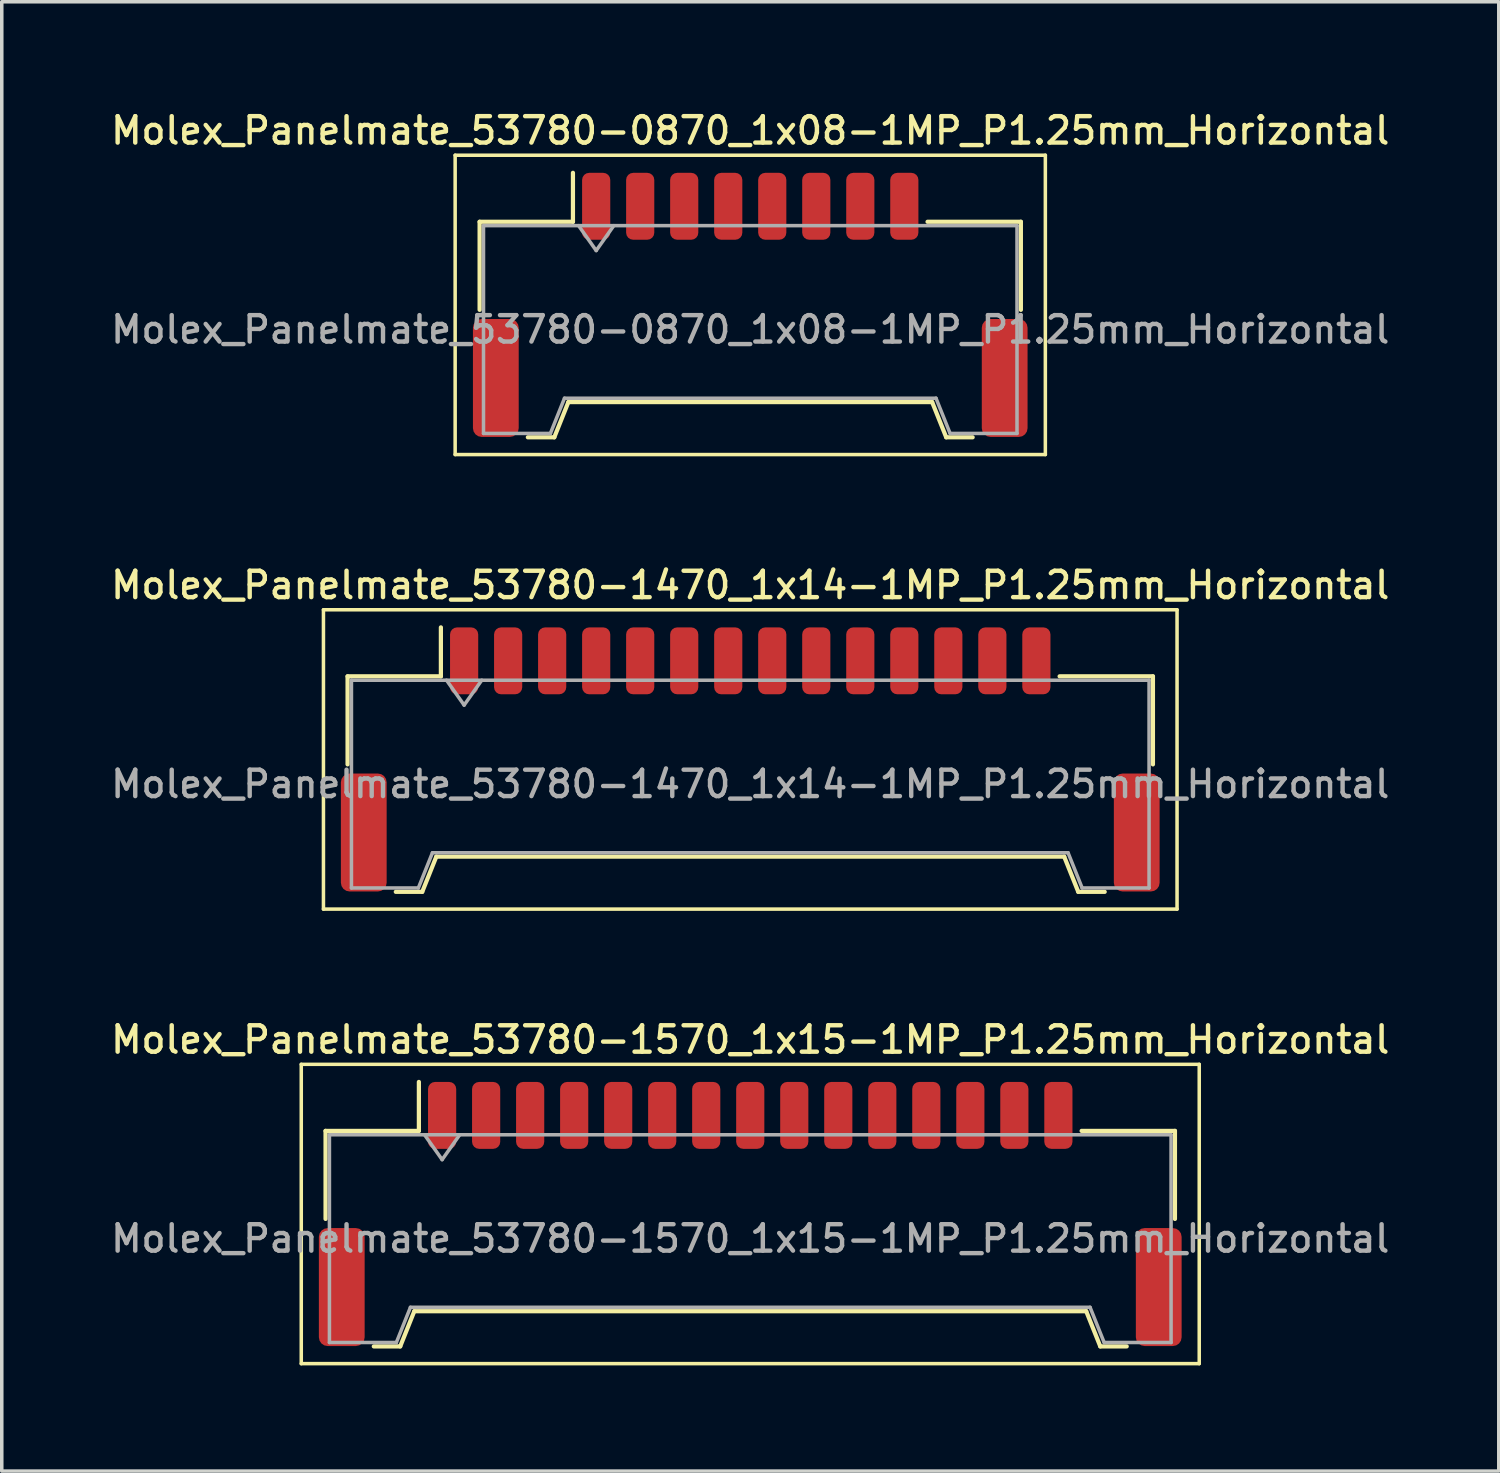
<source format=kicad_pcb>
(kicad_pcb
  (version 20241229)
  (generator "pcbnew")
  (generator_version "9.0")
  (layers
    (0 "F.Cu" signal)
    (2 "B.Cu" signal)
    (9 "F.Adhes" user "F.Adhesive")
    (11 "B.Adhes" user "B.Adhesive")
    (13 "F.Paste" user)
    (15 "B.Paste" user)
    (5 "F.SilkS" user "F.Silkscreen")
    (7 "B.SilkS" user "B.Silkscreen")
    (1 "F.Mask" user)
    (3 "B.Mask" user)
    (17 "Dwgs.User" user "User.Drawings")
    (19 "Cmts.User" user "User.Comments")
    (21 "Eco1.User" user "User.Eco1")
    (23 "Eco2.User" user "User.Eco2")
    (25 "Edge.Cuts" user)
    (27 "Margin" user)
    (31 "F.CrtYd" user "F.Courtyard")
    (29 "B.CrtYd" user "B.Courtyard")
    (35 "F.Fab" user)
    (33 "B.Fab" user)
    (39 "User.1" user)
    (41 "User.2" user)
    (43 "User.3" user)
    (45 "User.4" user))
  (footprint "Molex_Panelmate_53780-0870_1x08-1MP_P1.25mm_Horizontal"
    (layer "F.Cu")
    (at 18.255 5.608)
    (property "Reference" "Molex_Panelmate_53780-0870_1x08-1MP_P1.25mm_Horizontal" (at 0 -4.95 0) (layer "F.SilkS") (effects (font (size 0.75 0.75) (thickness 0.125))))
    (attr smd)
    (fp_line (start -8.38 -4.25) (end -8.38 4.25) (stroke (width 0.1) (type solid)) (layer "F.SilkS"))
    (fp_line (start -8.38 4.25) (end 8.38 4.25) (stroke (width 0.1) (type solid)) (layer "F.SilkS"))
    (fp_line (start -7.685 -2.36) (end -5.035 -2.36) (stroke (width 0.12) (type solid)) (layer "F.SilkS"))
    (fp_line (start -7.685 0.14) (end -7.685 -2.36) (stroke (width 0.12) (type solid)) (layer "F.SilkS"))
    (fp_line (start -6.315 3.76) (end -5.565 3.76) (stroke (width 0.12) (type solid)) (layer "F.SilkS"))
    (fp_line (start -5.565 3.76) (end -5.165 2.76) (stroke (width 0.12) (type solid)) (layer "F.SilkS"))
    (fp_line (start -5.165 2.76) (end 5.165 2.76) (stroke (width 0.12) (type solid)) (layer "F.SilkS"))
    (fp_line (start -5.035 -2.36) (end -5.035 -3.75) (stroke (width 0.12) (type solid)) (layer "F.SilkS"))
    (fp_line (start 5.165 2.76) (end 5.565 3.76) (stroke (width 0.12) (type solid)) (layer "F.SilkS"))
    (fp_line (start 5.565 3.76) (end 6.315 3.76) (stroke (width 0.12) (type solid)) (layer "F.SilkS"))
    (fp_line (start 7.685 -2.36) (end 5.035 -2.36) (stroke (width 0.12) (type solid)) (layer "F.SilkS"))
    (fp_line (start 7.685 0.14) (end 7.685 -2.36) (stroke (width 0.12) (type solid)) (layer "F.SilkS"))
    (fp_line (start 8.38 -4.25) (end -8.38 -4.25) (stroke (width 0.1) (type solid)) (layer "F.SilkS"))
    (fp_line (start 8.38 4.25) (end 8.38 -4.25) (stroke (width 0.1) (type solid)) (layer "F.SilkS"))
    (fp_line (start -7.575 -2.25) (end -7.575 3.65) (stroke (width 0.1) (type solid)) (layer "F.Fab"))
    (fp_line (start -7.575 -2.25) (end 7.575 -2.25) (stroke (width 0.1) (type solid)) (layer "F.Fab"))
    (fp_line (start -7.575 3.65) (end -5.675 3.65) (stroke (width 0.1) (type solid)) (layer "F.Fab"))
    (fp_line (start -5.675 3.65) (end -5.275 2.65) (stroke (width 0.1) (type solid)) (layer "F.Fab"))
    (fp_line (start -5.275 2.65) (end 5.275 2.65) (stroke (width 0.1) (type solid)) (layer "F.Fab"))
    (fp_line (start -4.875 -2.25) (end -4.375 -1.543) (stroke (width 0.1) (type solid)) (layer "F.Fab"))
    (fp_line (start -4.375 -1.543) (end -3.875 -2.25) (stroke (width 0.1) (type solid)) (layer "F.Fab"))
    (fp_line (start 5.275 2.65) (end 5.675 3.65) (stroke (width 0.1) (type solid)) (layer "F.Fab"))
    (fp_line (start 5.675 3.65) (end 7.575 3.65) (stroke (width 0.1) (type solid)) (layer "F.Fab"))
    (fp_line (start 7.575 -2.25) (end 7.575 3.65) (stroke (width 0.1) (type solid)) (layer "F.Fab"))
    (fp_text user "${REFERENCE}" (at 0 0.7 0) (layer "F.Fab") (effects (font (size 0.75 0.75) (thickness 0.125))))
    (pad "1" smd roundrect (at -4.375 -2.8) (size 0.8 1.9) (layers "F.Cu" "F.Mask" "F.Paste") (roundrect_rratio 0.25))
    (pad "2" smd roundrect (at -3.125 -2.8) (size 0.8 1.9) (layers "F.Cu" "F.Mask" "F.Paste") (roundrect_rratio 0.25))
    (pad "3" smd roundrect (at -1.875 -2.8) (size 0.8 1.9) (layers "F.Cu" "F.Mask" "F.Paste") (roundrect_rratio 0.25))
    (pad "4" smd roundrect (at -0.625 -2.8) (size 0.8 1.9) (layers "F.Cu" "F.Mask" "F.Paste") (roundrect_rratio 0.25))
    (pad "5" smd roundrect (at 0.625 -2.8) (size 0.8 1.9) (layers "F.Cu" "F.Mask" "F.Paste") (roundrect_rratio 0.25))
    (pad "6" smd roundrect (at 1.875 -2.8) (size 0.8 1.9) (layers "F.Cu" "F.Mask" "F.Paste") (roundrect_rratio 0.25))
    (pad "7" smd roundrect (at 3.125 -2.8) (size 0.8 1.9) (layers "F.Cu" "F.Mask" "F.Paste") (roundrect_rratio 0.25))
    (pad "8" smd roundrect (at 4.375 -2.8) (size 0.8 1.9) (layers "F.Cu" "F.Mask" "F.Paste") (roundrect_rratio 0.25))
    (pad "MP" smd roundrect (at -7.225 2.075) (size 1.3 3.35) (layers "F.Cu" "F.Mask" "F.Paste") (roundrect_rratio 0.192))
    (pad "MP" smd roundrect (at 7.225 2.075) (size 1.3 3.35) (layers "F.Cu" "F.Mask" "F.Paste") (roundrect_rratio 0.192)))
  (footprint "Molex_Panelmate_53780-1570_1x15-1MP_P1.25mm_Horizontal"
    (layer "F.Cu")
    (at 18.255 31.424)
    (property "Reference" "Molex_Panelmate_53780-1570_1x15-1MP_P1.25mm_Horizontal" (at 0 -4.95 0) (layer "F.SilkS") (effects (font (size 0.75 0.75) (thickness 0.125))))
    (attr smd)
    (fp_line (start -12.75 -4.25) (end -12.75 4.25) (stroke (width 0.1) (type solid)) (layer "F.SilkS"))
    (fp_line (start -12.75 4.25) (end 12.75 4.25) (stroke (width 0.1) (type solid)) (layer "F.SilkS"))
    (fp_line (start -12.06 -2.36) (end -9.41 -2.36) (stroke (width 0.12) (type solid)) (layer "F.SilkS"))
    (fp_line (start -12.06 0.14) (end -12.06 -2.36) (stroke (width 0.12) (type solid)) (layer "F.SilkS"))
    (fp_line (start -10.69 3.76) (end -9.94 3.76) (stroke (width 0.12) (type solid)) (layer "F.SilkS"))
    (fp_line (start -9.94 3.76) (end -9.54 2.76) (stroke (width 0.12) (type solid)) (layer "F.SilkS"))
    (fp_line (start -9.54 2.76) (end 9.54 2.76) (stroke (width 0.12) (type solid)) (layer "F.SilkS"))
    (fp_line (start -9.41 -2.36) (end -9.41 -3.75) (stroke (width 0.12) (type solid)) (layer "F.SilkS"))
    (fp_line (start 9.54 2.76) (end 9.94 3.76) (stroke (width 0.12) (type solid)) (layer "F.SilkS"))
    (fp_line (start 9.94 3.76) (end 10.69 3.76) (stroke (width 0.12) (type solid)) (layer "F.SilkS"))
    (fp_line (start 12.06 -2.36) (end 9.41 -2.36) (stroke (width 0.12) (type solid)) (layer "F.SilkS"))
    (fp_line (start 12.06 0.14) (end 12.06 -2.36) (stroke (width 0.12) (type solid)) (layer "F.SilkS"))
    (fp_line (start 12.75 -4.25) (end -12.75 -4.25) (stroke (width 0.1) (type solid)) (layer "F.SilkS"))
    (fp_line (start 12.75 4.25) (end 12.75 -4.25) (stroke (width 0.1) (type solid)) (layer "F.SilkS"))
    (fp_line (start -11.95 -2.25) (end -11.95 3.65) (stroke (width 0.1) (type solid)) (layer "F.Fab"))
    (fp_line (start -11.95 -2.25) (end 11.95 -2.25) (stroke (width 0.1) (type solid)) (layer "F.Fab"))
    (fp_line (start -11.95 3.65) (end -10.05 3.65) (stroke (width 0.1) (type solid)) (layer "F.Fab"))
    (fp_line (start -10.05 3.65) (end -9.65 2.65) (stroke (width 0.1) (type solid)) (layer "F.Fab"))
    (fp_line (start -9.65 2.65) (end 9.65 2.65) (stroke (width 0.1) (type solid)) (layer "F.Fab"))
    (fp_line (start -9.25 -2.25) (end -8.75 -1.543) (stroke (width 0.1) (type solid)) (layer "F.Fab"))
    (fp_line (start -8.75 -1.543) (end -8.25 -2.25) (stroke (width 0.1) (type solid)) (layer "F.Fab"))
    (fp_line (start 9.65 2.65) (end 10.05 3.65) (stroke (width 0.1) (type solid)) (layer "F.Fab"))
    (fp_line (start 10.05 3.65) (end 11.95 3.65) (stroke (width 0.1) (type solid)) (layer "F.Fab"))
    (fp_line (start 11.95 -2.25) (end 11.95 3.65) (stroke (width 0.1) (type solid)) (layer "F.Fab"))
    (fp_text user "${REFERENCE}" (at 0 0.7 0) (layer "F.Fab") (effects (font (size 0.75 0.75) (thickness 0.125))))
    (pad "1" smd roundrect (at -8.75 -2.8) (size 0.8 1.9) (layers "F.Cu" "F.Mask" "F.Paste") (roundrect_rratio 0.25))
    (pad "2" smd roundrect (at -7.5 -2.8) (size 0.8 1.9) (layers "F.Cu" "F.Mask" "F.Paste") (roundrect_rratio 0.25))
    (pad "3" smd roundrect (at -6.25 -2.8) (size 0.8 1.9) (layers "F.Cu" "F.Mask" "F.Paste") (roundrect_rratio 0.25))
    (pad "4" smd roundrect (at -5 -2.8) (size 0.8 1.9) (layers "F.Cu" "F.Mask" "F.Paste") (roundrect_rratio 0.25))
    (pad "5" smd roundrect (at -3.75 -2.8) (size 0.8 1.9) (layers "F.Cu" "F.Mask" "F.Paste") (roundrect_rratio 0.25))
    (pad "6" smd roundrect (at -2.5 -2.8) (size 0.8 1.9) (layers "F.Cu" "F.Mask" "F.Paste") (roundrect_rratio 0.25))
    (pad "7" smd roundrect (at -1.25 -2.8) (size 0.8 1.9) (layers "F.Cu" "F.Mask" "F.Paste") (roundrect_rratio 0.25))
    (pad "8" smd roundrect (at 0 -2.8) (size 0.8 1.9) (layers "F.Cu" "F.Mask" "F.Paste") (roundrect_rratio 0.25))
    (pad "9" smd roundrect (at 1.25 -2.8) (size 0.8 1.9) (layers "F.Cu" "F.Mask" "F.Paste") (roundrect_rratio 0.25))
    (pad "10" smd roundrect (at 2.5 -2.8) (size 0.8 1.9) (layers "F.Cu" "F.Mask" "F.Paste") (roundrect_rratio 0.25))
    (pad "11" smd roundrect (at 3.75 -2.8) (size 0.8 1.9) (layers "F.Cu" "F.Mask" "F.Paste") (roundrect_rratio 0.25))
    (pad "12" smd roundrect (at 5 -2.8) (size 0.8 1.9) (layers "F.Cu" "F.Mask" "F.Paste") (roundrect_rratio 0.25))
    (pad "13" smd roundrect (at 6.25 -2.8) (size 0.8 1.9) (layers "F.Cu" "F.Mask" "F.Paste") (roundrect_rratio 0.25))
    (pad "14" smd roundrect (at 7.5 -2.8) (size 0.8 1.9) (layers "F.Cu" "F.Mask" "F.Paste") (roundrect_rratio 0.25))
    (pad "15" smd roundrect (at 8.75 -2.8) (size 0.8 1.9) (layers "F.Cu" "F.Mask" "F.Paste") (roundrect_rratio 0.25))
    (pad "MP" smd roundrect (at -11.6 2.075) (size 1.3 3.35) (layers "F.Cu" "F.Mask" "F.Paste") (roundrect_rratio 0.192))
    (pad "MP" smd roundrect (at 11.6 2.075) (size 1.3 3.35) (layers "F.Cu" "F.Mask" "F.Paste") (roundrect_rratio 0.192)))
  (footprint "Molex_Panelmate_53780-1470_1x14-1MP_P1.25mm_Horizontal"
    (layer "F.Cu")
    (at 18.255 18.516)
    (property "Reference" "Molex_Panelmate_53780-1470_1x14-1MP_P1.25mm_Horizontal" (at 0 -4.95 0) (layer "F.SilkS") (effects (font (size 0.75 0.75) (thickness 0.125))))
    (attr smd)
    (fp_line (start -12.12 -4.25) (end -12.12 4.25) (stroke (width 0.1) (type solid)) (layer "F.SilkS"))
    (fp_line (start -12.12 4.25) (end 12.12 4.25) (stroke (width 0.1) (type solid)) (layer "F.SilkS"))
    (fp_line (start -11.435 -2.36) (end -8.785 -2.36) (stroke (width 0.12) (type solid)) (layer "F.SilkS"))
    (fp_line (start -11.435 0.14) (end -11.435 -2.36) (stroke (width 0.12) (type solid)) (layer "F.SilkS"))
    (fp_line (start -10.065 3.76) (end -9.315 3.76) (stroke (width 0.12) (type solid)) (layer "F.SilkS"))
    (fp_line (start -9.315 3.76) (end -8.915 2.76) (stroke (width 0.12) (type solid)) (layer "F.SilkS"))
    (fp_line (start -8.915 2.76) (end 8.915 2.76) (stroke (width 0.12) (type solid)) (layer "F.SilkS"))
    (fp_line (start -8.785 -2.36) (end -8.785 -3.75) (stroke (width 0.12) (type solid)) (layer "F.SilkS"))
    (fp_line (start 8.915 2.76) (end 9.315 3.76) (stroke (width 0.12) (type solid)) (layer "F.SilkS"))
    (fp_line (start 9.315 3.76) (end 10.065 3.76) (stroke (width 0.12) (type solid)) (layer "F.SilkS"))
    (fp_line (start 11.435 -2.36) (end 8.785 -2.36) (stroke (width 0.12) (type solid)) (layer "F.SilkS"))
    (fp_line (start 11.435 0.14) (end 11.435 -2.36) (stroke (width 0.12) (type solid)) (layer "F.SilkS"))
    (fp_line (start 12.12 -4.25) (end -12.12 -4.25) (stroke (width 0.1) (type solid)) (layer "F.SilkS"))
    (fp_line (start 12.12 4.25) (end 12.12 -4.25) (stroke (width 0.1) (type solid)) (layer "F.SilkS"))
    (fp_line (start -11.325 -2.25) (end -11.325 3.65) (stroke (width 0.1) (type solid)) (layer "F.Fab"))
    (fp_line (start -11.325 -2.25) (end 11.325 -2.25) (stroke (width 0.1) (type solid)) (layer "F.Fab"))
    (fp_line (start -11.325 3.65) (end -9.425 3.65) (stroke (width 0.1) (type solid)) (layer "F.Fab"))
    (fp_line (start -9.425 3.65) (end -9.025 2.65) (stroke (width 0.1) (type solid)) (layer "F.Fab"))
    (fp_line (start -9.025 2.65) (end 9.025 2.65) (stroke (width 0.1) (type solid)) (layer "F.Fab"))
    (fp_line (start -8.625 -2.25) (end -8.125 -1.543) (stroke (width 0.1) (type solid)) (layer "F.Fab"))
    (fp_line (start -8.125 -1.543) (end -7.625 -2.25) (stroke (width 0.1) (type solid)) (layer "F.Fab"))
    (fp_line (start 9.025 2.65) (end 9.425 3.65) (stroke (width 0.1) (type solid)) (layer "F.Fab"))
    (fp_line (start 9.425 3.65) (end 11.325 3.65) (stroke (width 0.1) (type solid)) (layer "F.Fab"))
    (fp_line (start 11.325 -2.25) (end 11.325 3.65) (stroke (width 0.1) (type solid)) (layer "F.Fab"))
    (fp_text user "${REFERENCE}" (at 0 0.7 0) (layer "F.Fab") (effects (font (size 0.75 0.75) (thickness 0.125))))
    (pad "1" smd roundrect (at -8.125 -2.8) (size 0.8 1.9) (layers "F.Cu" "F.Mask" "F.Paste") (roundrect_rratio 0.25))
    (pad "2" smd roundrect (at -6.875 -2.8) (size 0.8 1.9) (layers "F.Cu" "F.Mask" "F.Paste") (roundrect_rratio 0.25))
    (pad "3" smd roundrect (at -5.625 -2.8) (size 0.8 1.9) (layers "F.Cu" "F.Mask" "F.Paste") (roundrect_rratio 0.25))
    (pad "4" smd roundrect (at -4.375 -2.8) (size 0.8 1.9) (layers "F.Cu" "F.Mask" "F.Paste") (roundrect_rratio 0.25))
    (pad "5" smd roundrect (at -3.125 -2.8) (size 0.8 1.9) (layers "F.Cu" "F.Mask" "F.Paste") (roundrect_rratio 0.25))
    (pad "6" smd roundrect (at -1.875 -2.8) (size 0.8 1.9) (layers "F.Cu" "F.Mask" "F.Paste") (roundrect_rratio 0.25))
    (pad "7" smd roundrect (at -0.625 -2.8) (size 0.8 1.9) (layers "F.Cu" "F.Mask" "F.Paste") (roundrect_rratio 0.25))
    (pad "8" smd roundrect (at 0.625 -2.8) (size 0.8 1.9) (layers "F.Cu" "F.Mask" "F.Paste") (roundrect_rratio 0.25))
    (pad "9" smd roundrect (at 1.875 -2.8) (size 0.8 1.9) (layers "F.Cu" "F.Mask" "F.Paste") (roundrect_rratio 0.25))
    (pad "10" smd roundrect (at 3.125 -2.8) (size 0.8 1.9) (layers "F.Cu" "F.Mask" "F.Paste") (roundrect_rratio 0.25))
    (pad "11" smd roundrect (at 4.375 -2.8) (size 0.8 1.9) (layers "F.Cu" "F.Mask" "F.Paste") (roundrect_rratio 0.25))
    (pad "12" smd roundrect (at 5.625 -2.8) (size 0.8 1.9) (layers "F.Cu" "F.Mask" "F.Paste") (roundrect_rratio 0.25))
    (pad "13" smd roundrect (at 6.875 -2.8) (size 0.8 1.9) (layers "F.Cu" "F.Mask" "F.Paste") (roundrect_rratio 0.25))
    (pad "14" smd roundrect (at 8.125 -2.8) (size 0.8 1.9) (layers "F.Cu" "F.Mask" "F.Paste") (roundrect_rratio 0.25))
    (pad "MP" smd roundrect (at -10.975 2.075) (size 1.3 3.35) (layers "F.Cu" "F.Mask" "F.Paste") (roundrect_rratio 0.192))
    (pad "MP" smd roundrect (at 10.975 2.075) (size 1.3 3.35) (layers "F.Cu" "F.Mask" "F.Paste") (roundrect_rratio 0.192)))
  (gr_rect
    (start -3 -3)
    (end 39.511 38.724)
    (stroke (width 0.1) (type default))
    (fill no)
    (layer "Edge.Cuts")))
</source>
